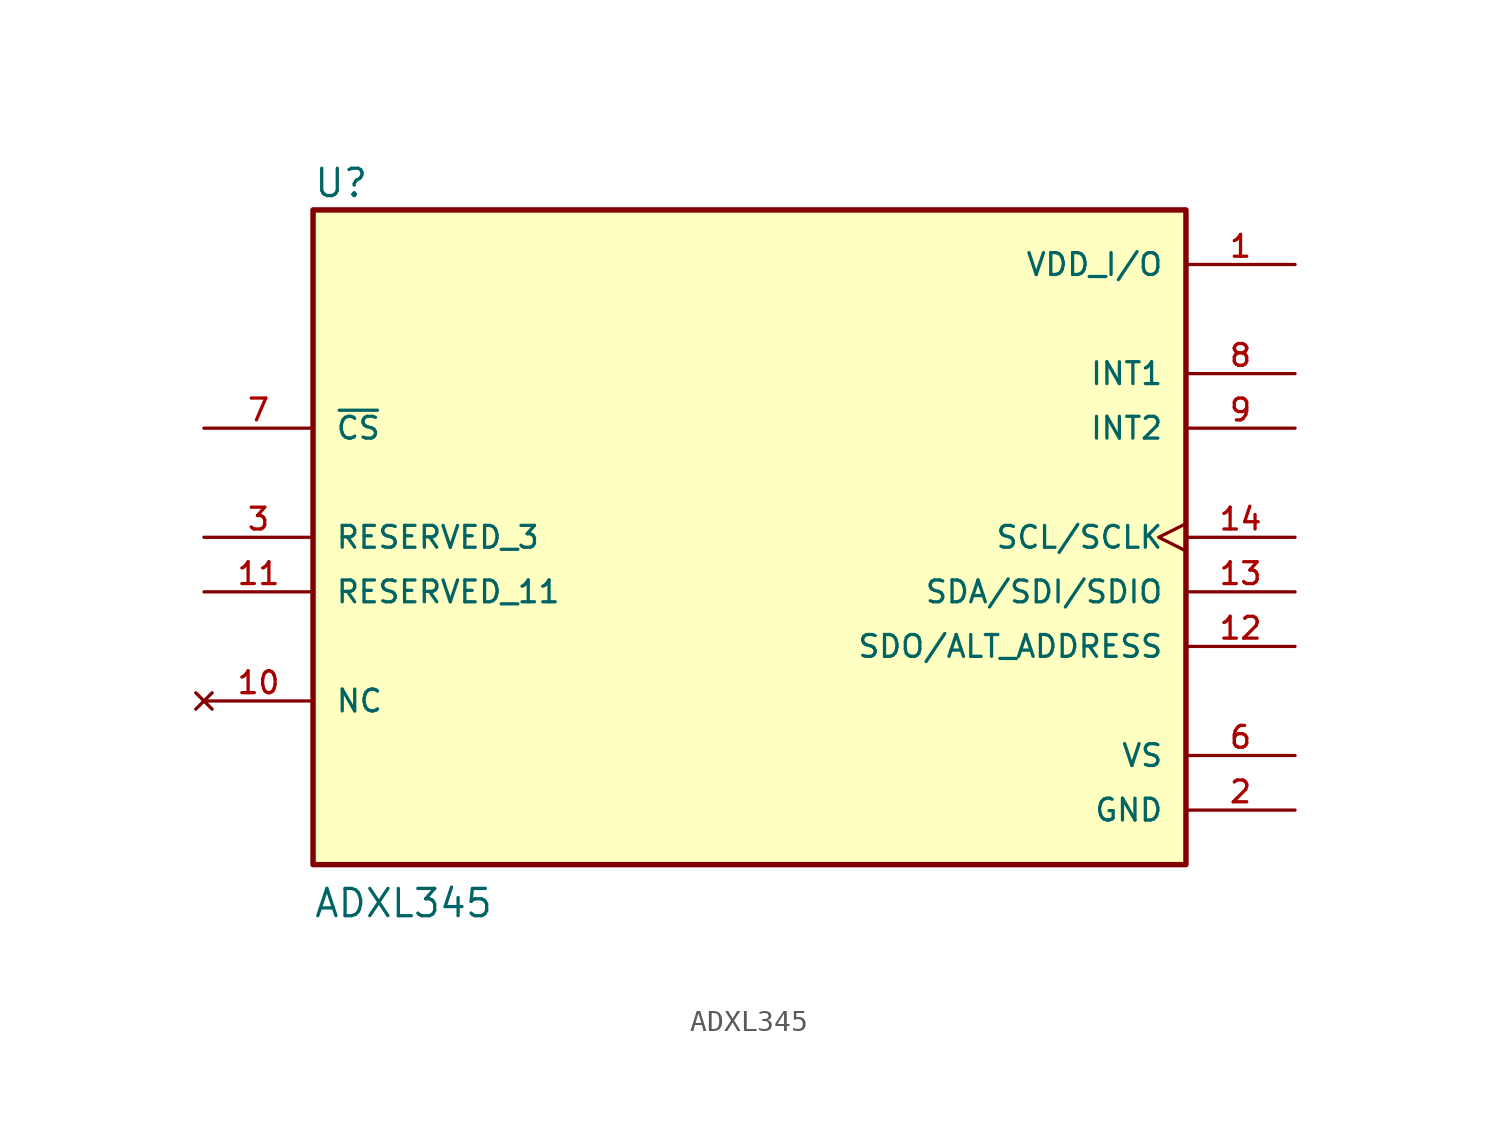
<source format=kicad_sym>
(kicad_symbol_lib
  (version 20241209)
  (generator "kicad_symbol_editor")
  (generator_version "9.0")
  (symbol "ADXL345"
    (pin_names
      (offset 1.016))
    (property "Reference" "U"
      (at -20.32 15.748 0)
      (effects (font (size 1.27 1.27)) (justify left bottom)))
    (property "Value" "ADXL345"
      (at -20.32 -17.78 0)
      (effects (font (size 1.27 1.27)) (justify left bottom)))
    (symbol "ADXL345_0_0"
      (rectangle (start -20.32 -15.24) (end 20.32 15.24) (stroke (width 0.254) (type default)) (fill (type background)))
      (pin input line (at -25.4 5.08 0) (length 5.08) (name "~{CS}" (effects (font (size 1.016 1.016)))) (number "7" (effects (font (size 1.016 1.016)))))
      (pin passive line (at -25.4 0 0) (length 5.08) (name "RESERVED_3" (effects (font (size 1.016 1.016)))) (number "3" (effects (font (size 1.016 1.016)))))
      (pin passive line (at -25.4 -2.54 0) (length 5.08) (name "RESERVED_11" (effects (font (size 1.016 1.016)))) (number "11" (effects (font (size 1.016 1.016)))))
      (pin no_connect line (at -25.4 -7.62 0) (length 5.08) (name "NC" (effects (font (size 1.016 1.016)))) (number "10" (effects (font (size 1.016 1.016)))))
      (pin power_in line (at 25.4 12.7 180) (length 5.08) (name "VDD_I/O" (effects (font (size 1.016 1.016)))) (number "1" (effects (font (size 1.016 1.016)))))
      (pin output line (at 25.4 7.62 180) (length 5.08) (name "INT1" (effects (font (size 1.016 1.016)))) (number "8" (effects (font (size 1.016 1.016)))))
      (pin output line (at 25.4 5.08 180) (length 5.08) (name "INT2" (effects (font (size 1.016 1.016)))) (number "9" (effects (font (size 1.016 1.016)))))
      (pin bidirectional clock (at 25.4 0 180) (length 5.08) (name "SCL/SCLK" (effects (font (size 1.016 1.016)))) (number "14" (effects (font (size 1.016 1.016)))))
      (pin bidirectional line (at 25.4 -2.54 180) (length 5.08) (name "SDA/SDI/SDIO" (effects (font (size 1.016 1.016)))) (number "13" (effects (font (size 1.016 1.016)))))
      (pin output line (at 25.4 -5.08 180) (length 5.08) (name "SDO/ALT_ADDRESS" (effects (font (size 1.016 1.016)))) (number "12" (effects (font (size 1.016 1.016)))))
      (pin power_in line (at 25.4 -10.16 180) (length 5.08) (name "VS" (effects (font (size 1.016 1.016)))) (number "6" (effects (font (size 1.016 1.016)))))
      (pin power_in line (at 25.4 -12.7 180) (length 5.08) (name "GND" (effects (font (size 1.016 1.016)))) (number "2" (effects (font (size 1.016 1.016)))))
      (pin power_in line (at 25.4 -12.7 180) (length 5.08) (hide yes) (name "GND" (effects (font (size 1.016 1.016)))) (number "4" (effects (font (size 1.016 1.016)))))
      (pin power_in line (at 25.4 -12.7 180) (length 5.08) (hide yes) (name "GND" (effects (font (size 1.016 1.016)))) (number "5" (effects (font (size 1.016 1.016))))))))
</source>
